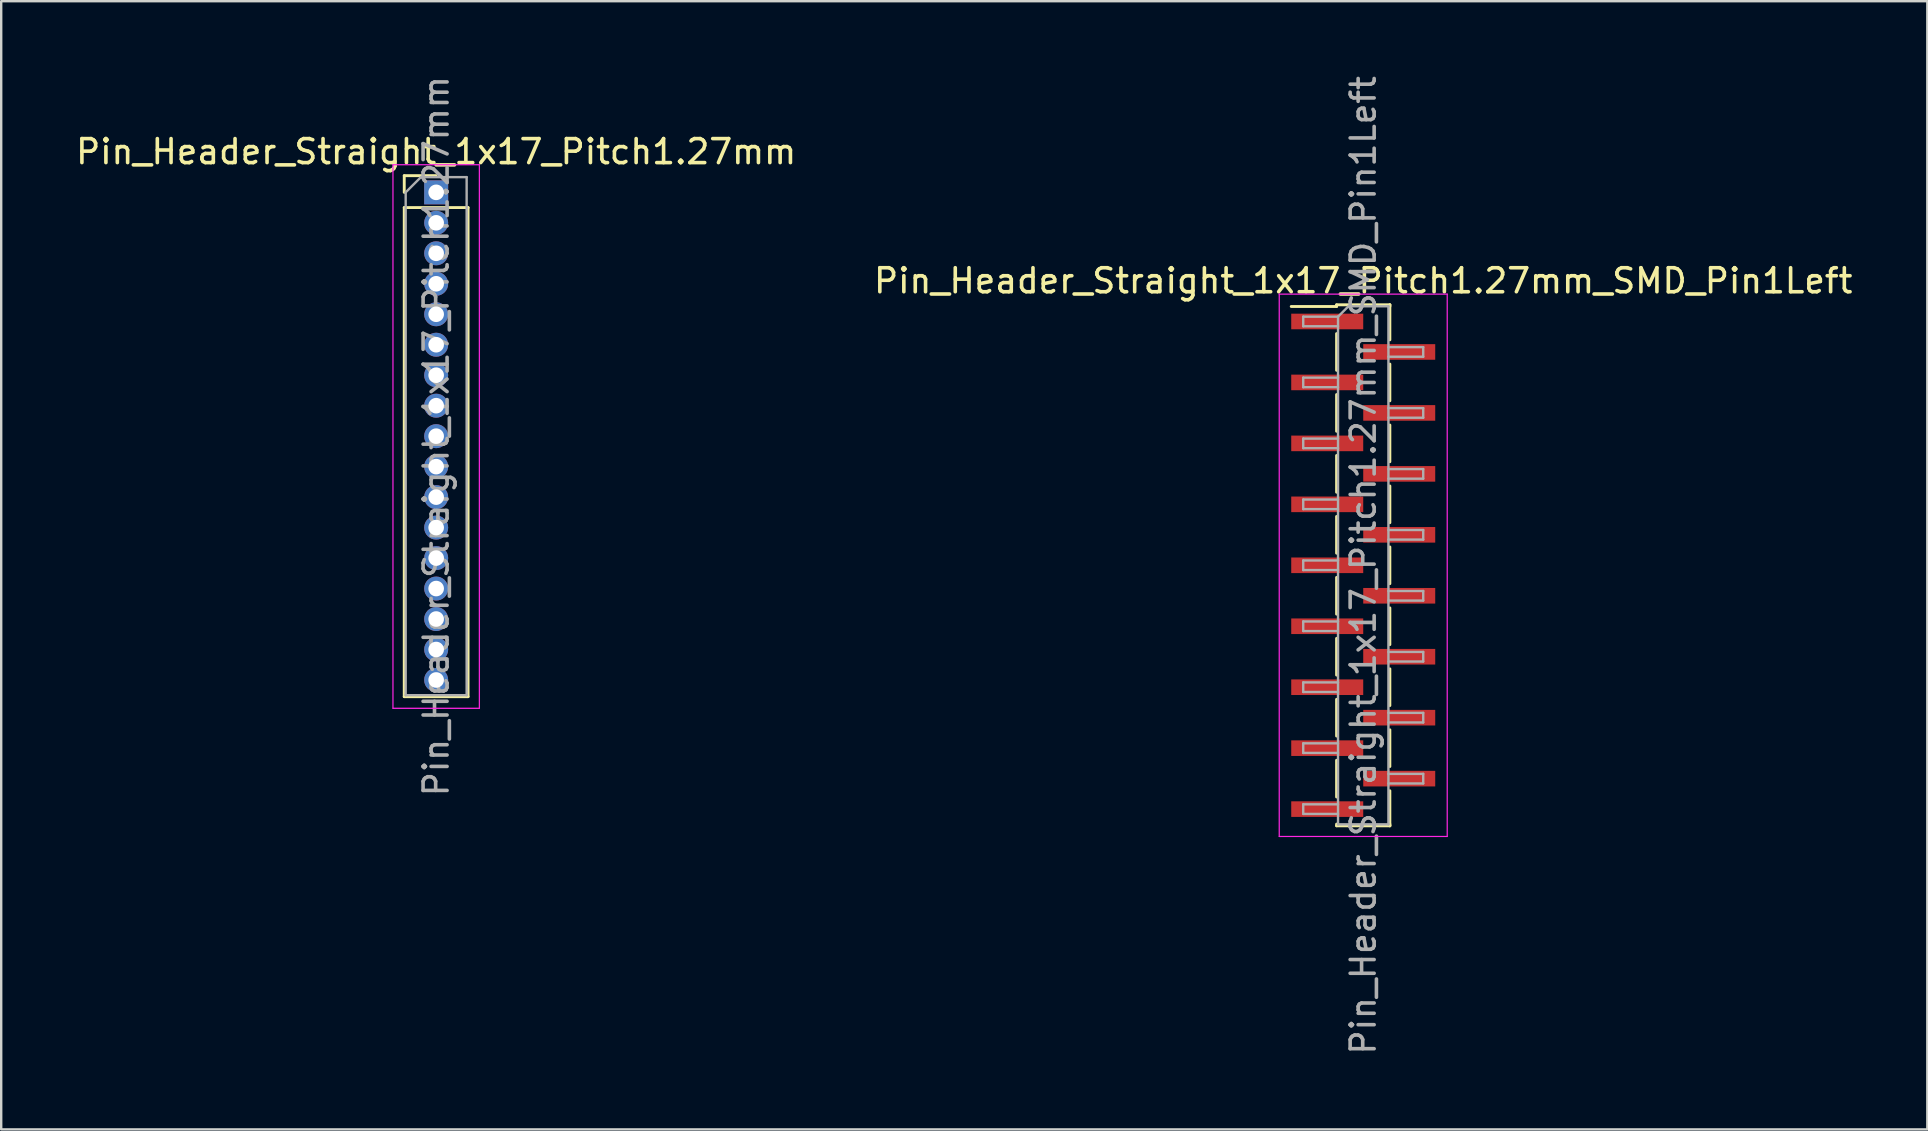
<source format=kicad_pcb>
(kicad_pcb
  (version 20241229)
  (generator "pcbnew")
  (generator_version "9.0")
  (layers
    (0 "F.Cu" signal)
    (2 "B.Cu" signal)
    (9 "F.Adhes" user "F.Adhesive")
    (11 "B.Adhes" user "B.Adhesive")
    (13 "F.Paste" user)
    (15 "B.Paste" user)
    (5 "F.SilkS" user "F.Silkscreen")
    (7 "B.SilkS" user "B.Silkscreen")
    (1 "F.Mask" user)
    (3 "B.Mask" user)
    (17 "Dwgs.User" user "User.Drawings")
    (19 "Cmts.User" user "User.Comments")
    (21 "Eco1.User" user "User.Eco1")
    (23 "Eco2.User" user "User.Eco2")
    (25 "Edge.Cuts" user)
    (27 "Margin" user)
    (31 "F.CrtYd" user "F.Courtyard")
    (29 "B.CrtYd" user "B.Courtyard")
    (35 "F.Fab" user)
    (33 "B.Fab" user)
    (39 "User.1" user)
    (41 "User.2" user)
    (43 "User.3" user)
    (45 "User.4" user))
  (footprint "Pin_Header_Straight_1x17_Pitch1.27mm_SMD_Pin1Left"
    (layer "F.Cu")
    (at 53.756 20.506)
    (property "Reference" "Pin_Header_Straight_1x17_Pitch1.27mm_SMD_Pin1Left" (at 0 -11.855 0) (layer "F.SilkS") (effects (font (size 1 1) (thickness 0.15))))
    (attr smd)
    (fp_line (start -1.11 -10.855) (end 1.11 -10.855) (stroke (width 0.12) (type solid)) (layer "F.SilkS"))
    (fp_line (start -1.11 -10.785) (end -3 -10.785) (stroke (width 0.12) (type solid)) (layer "F.SilkS"))
    (fp_line (start -1.11 -10.785) (end -1.11 -10.855) (stroke (width 0.12) (type solid)) (layer "F.SilkS"))
    (fp_line (start -1.11 -9.655) (end -1.11 -8.125) (stroke (width 0.12) (type solid)) (layer "F.SilkS"))
    (fp_line (start -1.11 -7.115) (end -1.11 -5.585) (stroke (width 0.12) (type solid)) (layer "F.SilkS"))
    (fp_line (start -1.11 -4.575) (end -1.11 -3.045) (stroke (width 0.12) (type solid)) (layer "F.SilkS"))
    (fp_line (start -1.11 -2.035) (end -1.11 -0.505) (stroke (width 0.12) (type solid)) (layer "F.SilkS"))
    (fp_line (start -1.11 0.505) (end -1.11 2.035) (stroke (width 0.12) (type solid)) (layer "F.SilkS"))
    (fp_line (start -1.11 3.045) (end -1.11 4.575) (stroke (width 0.12) (type solid)) (layer "F.SilkS"))
    (fp_line (start -1.11 5.585) (end -1.11 7.115) (stroke (width 0.12) (type solid)) (layer "F.SilkS"))
    (fp_line (start -1.11 8.125) (end -1.11 9.655) (stroke (width 0.12) (type solid)) (layer "F.SilkS"))
    (fp_line (start -1.11 10.785) (end -1.11 10.855) (stroke (width 0.12) (type solid)) (layer "F.SilkS"))
    (fp_line (start -1.11 10.855) (end 1.11 10.855) (stroke (width 0.12) (type solid)) (layer "F.SilkS"))
    (fp_line (start 1.11 -10.855) (end 1.11 -10.785) (stroke (width 0.12) (type solid)) (layer "F.SilkS"))
    (fp_line (start 1.11 -10.855) (end 1.11 -9.395) (stroke (width 0.12) (type solid)) (layer "F.SilkS"))
    (fp_line (start 1.11 -8.385) (end 1.11 -6.855) (stroke (width 0.12) (type solid)) (layer "F.SilkS"))
    (fp_line (start 1.11 -5.845) (end 1.11 -4.315) (stroke (width 0.12) (type solid)) (layer "F.SilkS"))
    (fp_line (start 1.11 -3.305) (end 1.11 -1.775) (stroke (width 0.12) (type solid)) (layer "F.SilkS"))
    (fp_line (start 1.11 -0.765) (end 1.11 0.765) (stroke (width 0.12) (type solid)) (layer "F.SilkS"))
    (fp_line (start 1.11 1.775) (end 1.11 3.305) (stroke (width 0.12) (type solid)) (layer "F.SilkS"))
    (fp_line (start 1.11 4.315) (end 1.11 5.845) (stroke (width 0.12) (type solid)) (layer "F.SilkS"))
    (fp_line (start 1.11 6.855) (end 1.11 8.385) (stroke (width 0.12) (type solid)) (layer "F.SilkS"))
    (fp_line (start 1.11 9.395) (end 1.11 10.855) (stroke (width 0.12) (type solid)) (layer "F.SilkS"))
    (fp_line (start 1.11 10.855) (end 1.11 10.785) (stroke (width 0.12) (type solid)) (layer "F.SilkS"))
    (fp_line (start -3.5 -11.3) (end -3.5 11.3) (stroke (width 0.05) (type solid)) (layer "F.CrtYd"))
    (fp_line (start -3.5 11.3) (end 3.5 11.3) (stroke (width 0.05) (type solid)) (layer "F.CrtYd"))
    (fp_line (start 3.5 -11.3) (end -3.5 -11.3) (stroke (width 0.05) (type solid)) (layer "F.CrtYd"))
    (fp_line (start 3.5 11.3) (end 3.5 -11.3) (stroke (width 0.05) (type solid)) (layer "F.CrtYd"))
    (fp_line (start -2.5 -10.36) (end -2.5 -9.96) (stroke (width 0.1) (type solid)) (layer "F.Fab"))
    (fp_line (start -2.5 -9.96) (end -1.05 -9.96) (stroke (width 0.1) (type solid)) (layer "F.Fab"))
    (fp_line (start -2.5 -7.82) (end -2.5 -7.42) (stroke (width 0.1) (type solid)) (layer "F.Fab"))
    (fp_line (start -2.5 -7.42) (end -1.05 -7.42) (stroke (width 0.1) (type solid)) (layer "F.Fab"))
    (fp_line (start -2.5 -5.28) (end -2.5 -4.88) (stroke (width 0.1) (type solid)) (layer "F.Fab"))
    (fp_line (start -2.5 -4.88) (end -1.05 -4.88) (stroke (width 0.1) (type solid)) (layer "F.Fab"))
    (fp_line (start -2.5 -2.74) (end -2.5 -2.34) (stroke (width 0.1) (type solid)) (layer "F.Fab"))
    (fp_line (start -2.5 -2.34) (end -1.05 -2.34) (stroke (width 0.1) (type solid)) (layer "F.Fab"))
    (fp_line (start -2.5 -0.2) (end -2.5 0.2) (stroke (width 0.1) (type solid)) (layer "F.Fab"))
    (fp_line (start -2.5 0.2) (end -1.05 0.2) (stroke (width 0.1) (type solid)) (layer "F.Fab"))
    (fp_line (start -2.5 2.34) (end -2.5 2.74) (stroke (width 0.1) (type solid)) (layer "F.Fab"))
    (fp_line (start -2.5 2.74) (end -1.05 2.74) (stroke (width 0.1) (type solid)) (layer "F.Fab"))
    (fp_line (start -2.5 4.88) (end -2.5 5.28) (stroke (width 0.1) (type solid)) (layer "F.Fab"))
    (fp_line (start -2.5 5.28) (end -1.05 5.28) (stroke (width 0.1) (type solid)) (layer "F.Fab"))
    (fp_line (start -2.5 7.42) (end -2.5 7.82) (stroke (width 0.1) (type solid)) (layer "F.Fab"))
    (fp_line (start -2.5 7.82) (end -1.05 7.82) (stroke (width 0.1) (type solid)) (layer "F.Fab"))
    (fp_line (start -2.5 9.96) (end -2.5 10.36) (stroke (width 0.1) (type solid)) (layer "F.Fab"))
    (fp_line (start -2.5 10.36) (end -1.05 10.36) (stroke (width 0.1) (type solid)) (layer "F.Fab"))
    (fp_line (start -1.05 -10.36) (end -2.5 -10.36) (stroke (width 0.1) (type solid)) (layer "F.Fab"))
    (fp_line (start -1.05 -10.36) (end -0.615 -10.795) (stroke (width 0.1) (type solid)) (layer "F.Fab"))
    (fp_line (start -1.05 -7.82) (end -2.5 -7.82) (stroke (width 0.1) (type solid)) (layer "F.Fab"))
    (fp_line (start -1.05 -5.28) (end -2.5 -5.28) (stroke (width 0.1) (type solid)) (layer "F.Fab"))
    (fp_line (start -1.05 -2.74) (end -2.5 -2.74) (stroke (width 0.1) (type solid)) (layer "F.Fab"))
    (fp_line (start -1.05 -0.2) (end -2.5 -0.2) (stroke (width 0.1) (type solid)) (layer "F.Fab"))
    (fp_line (start -1.05 2.34) (end -2.5 2.34) (stroke (width 0.1) (type solid)) (layer "F.Fab"))
    (fp_line (start -1.05 4.88) (end -2.5 4.88) (stroke (width 0.1) (type solid)) (layer "F.Fab"))
    (fp_line (start -1.05 7.42) (end -2.5 7.42) (stroke (width 0.1) (type solid)) (layer "F.Fab"))
    (fp_line (start -1.05 9.96) (end -2.5 9.96) (stroke (width 0.1) (type solid)) (layer "F.Fab"))
    (fp_line (start -1.05 10.795) (end -1.05 -10.36) (stroke (width 0.1) (type solid)) (layer "F.Fab"))
    (fp_line (start -0.615 -10.795) (end 1.05 -10.795) (stroke (width 0.1) (type solid)) (layer "F.Fab"))
    (fp_line (start 1.05 -10.795) (end 1.05 10.795) (stroke (width 0.1) (type solid)) (layer "F.Fab"))
    (fp_line (start 1.05 -9.09) (end 2.5 -9.09) (stroke (width 0.1) (type solid)) (layer "F.Fab"))
    (fp_line (start 1.05 -6.55) (end 2.5 -6.55) (stroke (width 0.1) (type solid)) (layer "F.Fab"))
    (fp_line (start 1.05 -4.01) (end 2.5 -4.01) (stroke (width 0.1) (type solid)) (layer "F.Fab"))
    (fp_line (start 1.05 -1.47) (end 2.5 -1.47) (stroke (width 0.1) (type solid)) (layer "F.Fab"))
    (fp_line (start 1.05 1.07) (end 2.5 1.07) (stroke (width 0.1) (type solid)) (layer "F.Fab"))
    (fp_line (start 1.05 3.61) (end 2.5 3.61) (stroke (width 0.1) (type solid)) (layer "F.Fab"))
    (fp_line (start 1.05 6.15) (end 2.5 6.15) (stroke (width 0.1) (type solid)) (layer "F.Fab"))
    (fp_line (start 1.05 8.69) (end 2.5 8.69) (stroke (width 0.1) (type solid)) (layer "F.Fab"))
    (fp_line (start 1.05 10.795) (end -1.05 10.795) (stroke (width 0.1) (type solid)) (layer "F.Fab"))
    (fp_line (start 2.5 -9.09) (end 2.5 -8.69) (stroke (width 0.1) (type solid)) (layer "F.Fab"))
    (fp_line (start 2.5 -8.69) (end 1.05 -8.69) (stroke (width 0.1) (type solid)) (layer "F.Fab"))
    (fp_line (start 2.5 -6.55) (end 2.5 -6.15) (stroke (width 0.1) (type solid)) (layer "F.Fab"))
    (fp_line (start 2.5 -6.15) (end 1.05 -6.15) (stroke (width 0.1) (type solid)) (layer "F.Fab"))
    (fp_line (start 2.5 -4.01) (end 2.5 -3.61) (stroke (width 0.1) (type solid)) (layer "F.Fab"))
    (fp_line (start 2.5 -3.61) (end 1.05 -3.61) (stroke (width 0.1) (type solid)) (layer "F.Fab"))
    (fp_line (start 2.5 -1.47) (end 2.5 -1.07) (stroke (width 0.1) (type solid)) (layer "F.Fab"))
    (fp_line (start 2.5 -1.07) (end 1.05 -1.07) (stroke (width 0.1) (type solid)) (layer "F.Fab"))
    (fp_line (start 2.5 1.07) (end 2.5 1.47) (stroke (width 0.1) (type solid)) (layer "F.Fab"))
    (fp_line (start 2.5 1.47) (end 1.05 1.47) (stroke (width 0.1) (type solid)) (layer "F.Fab"))
    (fp_line (start 2.5 3.61) (end 2.5 4.01) (stroke (width 0.1) (type solid)) (layer "F.Fab"))
    (fp_line (start 2.5 4.01) (end 1.05 4.01) (stroke (width 0.1) (type solid)) (layer "F.Fab"))
    (fp_line (start 2.5 6.15) (end 2.5 6.55) (stroke (width 0.1) (type solid)) (layer "F.Fab"))
    (fp_line (start 2.5 6.55) (end 1.05 6.55) (stroke (width 0.1) (type solid)) (layer "F.Fab"))
    (fp_line (start 2.5 8.69) (end 2.5 9.09) (stroke (width 0.1) (type solid)) (layer "F.Fab"))
    (fp_line (start 2.5 9.09) (end 1.05 9.09) (stroke (width 0.1) (type solid)) (layer "F.Fab"))
    (fp_text user "${REFERENCE}" (at 0 0 90) (layer "F.Fab") (effects (font (size 1 1) (thickness 0.15))))
    (pad "1" smd rect (at -1.5 -10.16) (size 3 0.65) (layers "F.Cu" "F.Mask" "F.Paste"))
    (pad "2" smd rect (at 1.5 -8.89) (size 3 0.65) (layers "F.Cu" "F.Mask" "F.Paste"))
    (pad "3" smd rect (at -1.5 -7.62) (size 3 0.65) (layers "F.Cu" "F.Mask" "F.Paste"))
    (pad "4" smd rect (at 1.5 -6.35) (size 3 0.65) (layers "F.Cu" "F.Mask" "F.Paste"))
    (pad "5" smd rect (at -1.5 -5.08) (size 3 0.65) (layers "F.Cu" "F.Mask" "F.Paste"))
    (pad "6" smd rect (at 1.5 -3.81) (size 3 0.65) (layers "F.Cu" "F.Mask" "F.Paste"))
    (pad "7" smd rect (at -1.5 -2.54) (size 3 0.65) (layers "F.Cu" "F.Mask" "F.Paste"))
    (pad "8" smd rect (at 1.5 -1.27) (size 3 0.65) (layers "F.Cu" "F.Mask" "F.Paste"))
    (pad "9" smd rect (at -1.5 0) (size 3 0.65) (layers "F.Cu" "F.Mask" "F.Paste"))
    (pad "10" smd rect (at 1.5 1.27) (size 3 0.65) (layers "F.Cu" "F.Mask" "F.Paste"))
    (pad "11" smd rect (at -1.5 2.54) (size 3 0.65) (layers "F.Cu" "F.Mask" "F.Paste"))
    (pad "12" smd rect (at 1.5 3.81) (size 3 0.65) (layers "F.Cu" "F.Mask" "F.Paste"))
    (pad "13" smd rect (at -1.5 5.08) (size 3 0.65) (layers "F.Cu" "F.Mask" "F.Paste"))
    (pad "14" smd rect (at 1.5 6.35) (size 3 0.65) (layers "F.Cu" "F.Mask" "F.Paste"))
    (pad "15" smd rect (at -1.5 7.62) (size 3 0.65) (layers "F.Cu" "F.Mask" "F.Paste"))
    (pad "16" smd rect (at 1.5 8.89) (size 3 0.65) (layers "F.Cu" "F.Mask" "F.Paste"))
    (pad "17" smd rect (at -1.5 10.16) (size 3 0.65) (layers "F.Cu" "F.Mask" "F.Paste")))
  (footprint "Pin_Header_Straight_1x17_Pitch1.27mm"
    (layer "F.Cu")
    (at 15.125 4.965)
    (property "Reference" "Pin_Header_Straight_1x17_Pitch1.27mm" (at 0 -1.695 0) (layer "F.SilkS") (effects (font (size 1 1) (thickness 0.15))))
    (attr through_hole)
    (fp_line (start -1.33 -0.695) (end 0 -0.695) (stroke (width 0.12) (type solid)) (layer "F.SilkS"))
    (fp_line (start -1.33 0) (end -1.33 -0.695) (stroke (width 0.12) (type solid)) (layer "F.SilkS"))
    (fp_line (start -1.33 0.635) (end -1.33 21.015) (stroke (width 0.12) (type solid)) (layer "F.SilkS"))
    (fp_line (start -1.33 21.015) (end 1.33 21.015) (stroke (width 0.12) (type solid)) (layer "F.SilkS"))
    (fp_line (start 1.33 0.635) (end -1.33 0.635) (stroke (width 0.12) (type solid)) (layer "F.SilkS"))
    (fp_line (start 1.33 21.015) (end 1.33 0.635) (stroke (width 0.12) (type solid)) (layer "F.SilkS"))
    (fp_line (start -1.8 -1.15) (end -1.8 21.5) (stroke (width 0.05) (type solid)) (layer "F.CrtYd"))
    (fp_line (start -1.8 21.5) (end 1.8 21.5) (stroke (width 0.05) (type solid)) (layer "F.CrtYd"))
    (fp_line (start 1.8 -1.15) (end -1.8 -1.15) (stroke (width 0.05) (type solid)) (layer "F.CrtYd"))
    (fp_line (start 1.8 21.5) (end 1.8 -1.15) (stroke (width 0.05) (type solid)) (layer "F.CrtYd"))
    (fp_line (start -1.27 0) (end -0.635 -0.635) (stroke (width 0.1) (type solid)) (layer "F.Fab"))
    (fp_line (start -1.27 20.955) (end -1.27 0) (stroke (width 0.1) (type solid)) (layer "F.Fab"))
    (fp_line (start -0.635 -0.635) (end 1.27 -0.635) (stroke (width 0.1) (type solid)) (layer "F.Fab"))
    (fp_line (start 1.27 -0.635) (end 1.27 20.955) (stroke (width 0.1) (type solid)) (layer "F.Fab"))
    (fp_line (start 1.27 20.955) (end -1.27 20.955) (stroke (width 0.1) (type solid)) (layer "F.Fab"))
    (fp_text user "${REFERENCE}" (at 0 10.16 90) (layer "F.Fab") (effects (font (size 1 1) (thickness 0.15))))
    (pad "1" thru_hole rect (at 0 0) (size 1 1) (drill 0.65) (layers "*.Cu" "*.Mask"))
    (pad "2" thru_hole oval (at 0 1.27) (size 1 1) (drill 0.65) (layers "*.Cu" "*.Mask"))
    (pad "3" thru_hole oval (at 0 2.54) (size 1 1) (drill 0.65) (layers "*.Cu" "*.Mask"))
    (pad "4" thru_hole oval (at 0 3.81) (size 1 1) (drill 0.65) (layers "*.Cu" "*.Mask"))
    (pad "5" thru_hole oval (at 0 5.08) (size 1 1) (drill 0.65) (layers "*.Cu" "*.Mask"))
    (pad "6" thru_hole oval (at 0 6.35) (size 1 1) (drill 0.65) (layers "*.Cu" "*.Mask"))
    (pad "7" thru_hole oval (at 0 7.62) (size 1 1) (drill 0.65) (layers "*.Cu" "*.Mask"))
    (pad "8" thru_hole oval (at 0 8.89) (size 1 1) (drill 0.65) (layers "*.Cu" "*.Mask"))
    (pad "9" thru_hole oval (at 0 10.16) (size 1 1) (drill 0.65) (layers "*.Cu" "*.Mask"))
    (pad "10" thru_hole oval (at 0 11.43) (size 1 1) (drill 0.65) (layers "*.Cu" "*.Mask"))
    (pad "11" thru_hole oval (at 0 12.7) (size 1 1) (drill 0.65) (layers "*.Cu" "*.Mask"))
    (pad "12" thru_hole oval (at 0 13.97) (size 1 1) (drill 0.65) (layers "*.Cu" "*.Mask"))
    (pad "13" thru_hole oval (at 0 15.24) (size 1 1) (drill 0.65) (layers "*.Cu" "*.Mask"))
    (pad "14" thru_hole oval (at 0 16.51) (size 1 1) (drill 0.65) (layers "*.Cu" "*.Mask"))
    (pad "15" thru_hole oval (at 0 17.78) (size 1 1) (drill 0.65) (layers "*.Cu" "*.Mask"))
    (pad "16" thru_hole oval (at 0 19.05) (size 1 1) (drill 0.65) (layers "*.Cu" "*.Mask"))
    (pad "17" thru_hole oval (at 0 20.32) (size 1 1) (drill 0.65) (layers "*.Cu" "*.Mask")))
  (gr_rect
    (start -3 -3)
    (end 77.262 44.012)
    (stroke (width 0.1) (type default))
    (fill no)
    (layer "Edge.Cuts")))
</source>
